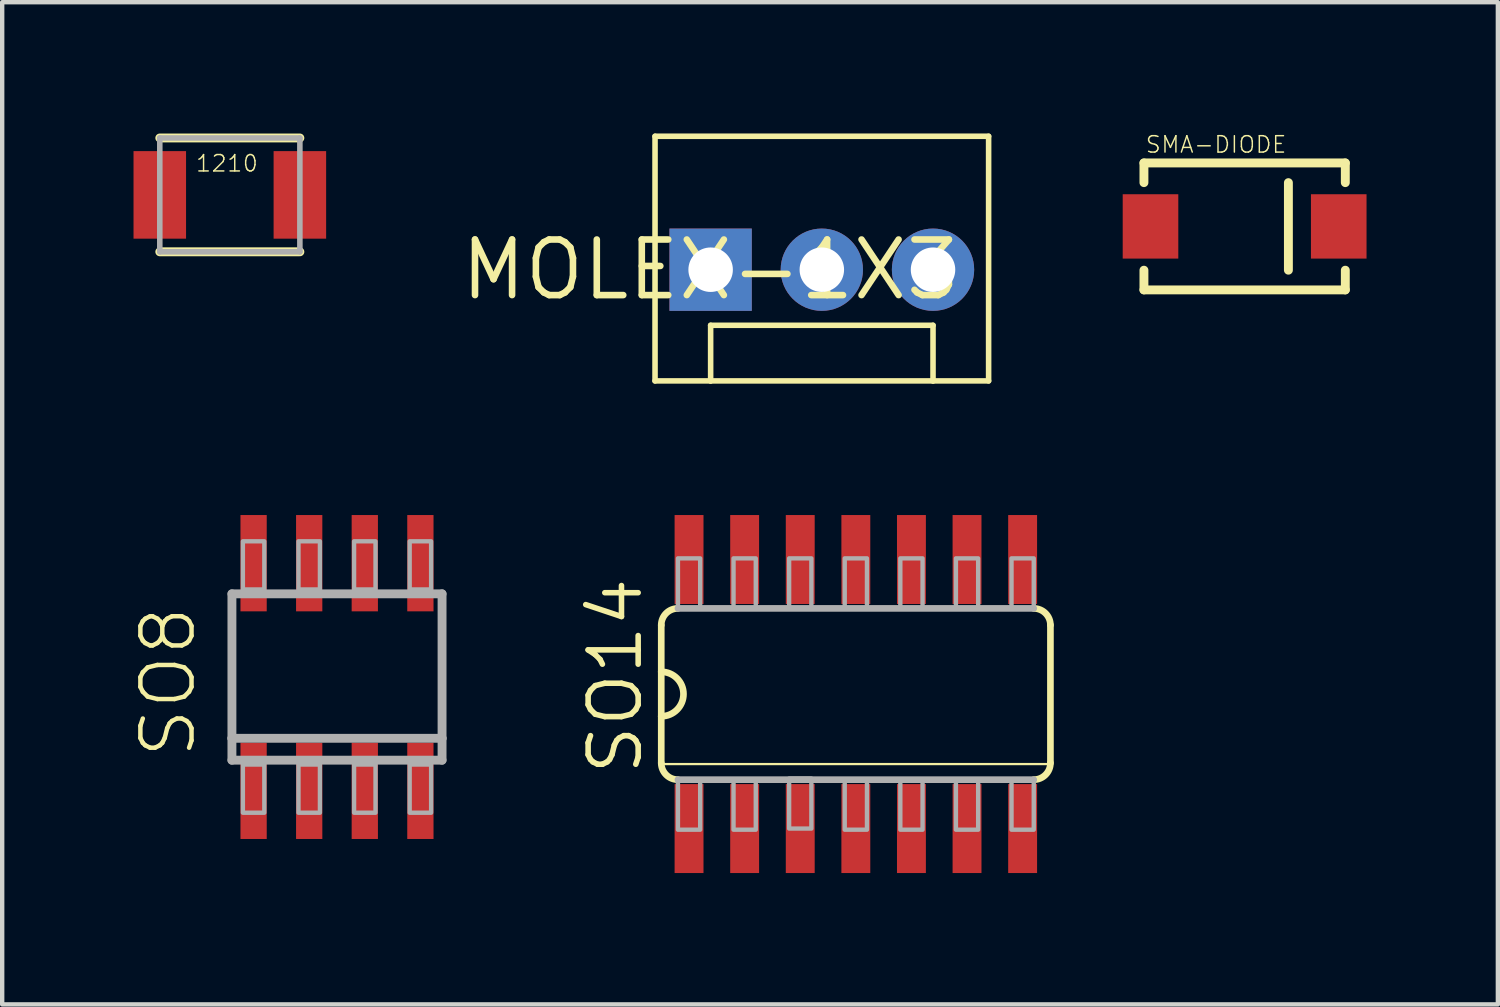
<source format=kicad_pcb>
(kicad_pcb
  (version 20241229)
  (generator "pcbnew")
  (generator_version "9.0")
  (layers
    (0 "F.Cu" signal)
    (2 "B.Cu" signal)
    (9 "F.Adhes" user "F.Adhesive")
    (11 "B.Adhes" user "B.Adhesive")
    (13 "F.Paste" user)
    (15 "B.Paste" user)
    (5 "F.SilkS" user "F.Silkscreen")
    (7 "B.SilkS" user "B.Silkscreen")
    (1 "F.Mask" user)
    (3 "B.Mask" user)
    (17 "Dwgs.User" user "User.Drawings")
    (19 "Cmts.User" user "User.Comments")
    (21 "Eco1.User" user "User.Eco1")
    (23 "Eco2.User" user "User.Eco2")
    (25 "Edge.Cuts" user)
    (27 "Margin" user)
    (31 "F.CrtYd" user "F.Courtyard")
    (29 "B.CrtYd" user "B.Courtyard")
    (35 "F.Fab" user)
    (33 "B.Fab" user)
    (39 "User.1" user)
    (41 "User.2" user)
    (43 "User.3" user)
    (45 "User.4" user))
  (footprint "SO14"
    (layer "F.Cu")
    (at 16.5 12.804)
    (property "Reference" "SO14" (at -4.826 1.905 90) (layer "F.SilkS") (effects (font (size 1.143 1.143) (thickness 0.127)) (justify left bottom)))
    (fp_line (start -4.445 -1.575) (end -4.445 -0.508) (stroke (width 0.152) (type solid)) (layer "F.SilkS"))
    (fp_line (start -4.445 -0.508) (end -4.445 0.508) (stroke (width 0.152) (type solid)) (layer "F.SilkS"))
    (fp_line (start -4.445 0.508) (end -4.445 1.575) (stroke (width 0.152) (type solid)) (layer "F.SilkS"))
    (fp_line (start -4.445 1.6) (end 4.445 1.6) (stroke (width 0.051) (type solid)) (layer "F.SilkS"))
    (fp_line (start 4.445 1.575) (end 4.445 -1.575) (stroke (width 0.152) (type solid)) (layer "F.SilkS"))
    (fp_arc (start -4.445 -1.5748) (mid -4.333408 -1.844208) (end -4.064 -1.9558) (stroke (width 0.1524) (type solid)) (layer "F.SilkS"))
    (fp_arc (start -4.445 -0.508) (mid -3.937 0) (end -4.445 0.508) (stroke (width 0.1524) (type solid)) (layer "F.SilkS"))
    (fp_arc (start -4.064 1.9558) (mid -4.333408 1.844208) (end -4.445 1.5748) (stroke (width 0.1524) (type solid)) (layer "F.SilkS"))
    (fp_arc (start 4.064 -1.9558) (mid 4.333408 -1.844208) (end 4.445 -1.5748) (stroke (width 0.1524) (type solid)) (layer "F.SilkS"))
    (fp_arc (start 4.445 1.5748) (mid 4.333408 1.844208) (end 4.064 1.9558) (stroke (width 0.1524) (type solid)) (layer "F.SilkS"))
    (fp_line (start -4.064 1.956) (end 4.064 1.956) (stroke (width 0.152) (type solid)) (layer "F.Fab"))
    (fp_line (start 4.064 -1.956) (end -4.064 -1.956) (stroke (width 0.152) (type solid)) (layer "F.Fab"))
    (fp_poly (pts (xy -4.064 -1.956) (xy -3.556 -1.956) (xy -3.556 -3.099) (xy -4.064 -3.099)) (stroke (width 0.1) (type solid)) (fill no) (layer "F.Fab"))
    (fp_poly (pts (xy -4.064 3.099) (xy -3.556 3.099) (xy -3.556 1.956) (xy -4.064 1.956)) (stroke (width 0.1) (type solid)) (fill no) (layer "F.Fab"))
    (fp_poly (pts (xy -2.794 -1.956) (xy -2.286 -1.956) (xy -2.286 -3.099) (xy -2.794 -3.099)) (stroke (width 0.1) (type solid)) (fill no) (layer "F.Fab"))
    (fp_poly (pts (xy -2.794 3.099) (xy -2.286 3.099) (xy -2.286 1.956) (xy -2.794 1.956)) (stroke (width 0.1) (type solid)) (fill no) (layer "F.Fab"))
    (fp_poly (pts (xy -1.524 -1.956) (xy -1.016 -1.956) (xy -1.016 -3.099) (xy -1.524 -3.099)) (stroke (width 0.1) (type solid)) (fill no) (layer "F.Fab"))
    (fp_poly (pts (xy -1.524 3.073) (xy -1.016 3.073) (xy -1.016 1.93) (xy -1.524 1.93)) (stroke (width 0.1) (type solid)) (fill no) (layer "F.Fab"))
    (fp_poly (pts (xy -0.254 -1.956) (xy 0.254 -1.956) (xy 0.254 -3.099) (xy -0.254 -3.099)) (stroke (width 0.1) (type solid)) (fill no) (layer "F.Fab"))
    (fp_poly (pts (xy -0.254 3.099) (xy 0.254 3.099) (xy 0.254 1.956) (xy -0.254 1.956)) (stroke (width 0.1) (type solid)) (fill no) (layer "F.Fab"))
    (fp_poly (pts (xy 1.016 -1.956) (xy 1.524 -1.956) (xy 1.524 -3.099) (xy 1.016 -3.099)) (stroke (width 0.1) (type solid)) (fill no) (layer "F.Fab"))
    (fp_poly (pts (xy 1.016 3.099) (xy 1.524 3.099) (xy 1.524 1.956) (xy 1.016 1.956)) (stroke (width 0.1) (type solid)) (fill no) (layer "F.Fab"))
    (fp_poly (pts (xy 2.286 -1.956) (xy 2.794 -1.956) (xy 2.794 -3.099) (xy 2.286 -3.099)) (stroke (width 0.1) (type solid)) (fill no) (layer "F.Fab"))
    (fp_poly (pts (xy 2.286 3.099) (xy 2.794 3.099) (xy 2.794 1.956) (xy 2.286 1.956)) (stroke (width 0.1) (type solid)) (fill no) (layer "F.Fab"))
    (fp_poly (pts (xy 3.556 -1.956) (xy 4.064 -1.956) (xy 4.064 -3.099) (xy 3.556 -3.099)) (stroke (width 0.1) (type solid)) (fill no) (layer "F.Fab"))
    (fp_poly (pts (xy 3.556 3.099) (xy 4.064 3.099) (xy 4.064 1.956) (xy 3.556 1.956)) (stroke (width 0.1) (type solid)) (fill no) (layer "F.Fab"))
    (pad "1" smd rect (at -3.81 3.073) (size 0.66 2.032) (layers "F.Cu" "F.Mask" "F.Paste"))
    (pad "2" smd rect (at -2.54 3.073) (size 0.66 2.032) (layers "F.Cu" "F.Mask" "F.Paste"))
    (pad "3" smd rect (at -1.27 3.073) (size 0.66 2.032) (layers "F.Cu" "F.Mask" "F.Paste"))
    (pad "4" smd rect (at 0 3.073) (size 0.66 2.032) (layers "F.Cu" "F.Mask" "F.Paste"))
    (pad "5" smd rect (at 1.27 3.073) (size 0.66 2.032) (layers "F.Cu" "F.Mask" "F.Paste"))
    (pad "6" smd rect (at 2.54 3.073) (size 0.66 2.032) (layers "F.Cu" "F.Mask" "F.Paste"))
    (pad "7" smd rect (at 3.81 3.073) (size 0.66 2.032) (layers "F.Cu" "F.Mask" "F.Paste"))
    (pad "8" smd rect (at 3.81 -3.073) (size 0.66 2.032) (layers "F.Cu" "F.Mask" "F.Paste"))
    (pad "9" smd rect (at 2.54 -3.073) (size 0.66 2.032) (layers "F.Cu" "F.Mask" "F.Paste"))
    (pad "10" smd rect (at 1.27 -3.073) (size 0.66 2.032) (layers "F.Cu" "F.Mask" "F.Paste"))
    (pad "11" smd rect (at 0 -3.073) (size 0.66 2.032) (layers "F.Cu" "F.Mask" "F.Paste"))
    (pad "12" smd rect (at -1.27 -3.073) (size 0.66 2.032) (layers "F.Cu" "F.Mask" "F.Paste"))
    (pad "13" smd rect (at -2.54 -3.073) (size 0.66 2.032) (layers "F.Cu" "F.Mask" "F.Paste"))
    (pad "14" smd rect (at -3.81 -3.073) (size 0.66 2.032) (layers "F.Cu" "F.Mask" "F.Paste")))
  (footprint "SO8"
    (layer "F.Cu")
    (at 4.648 12.415)
    (property "Reference" "SO8" (at -3.175 1.905 90) (layer "F.SilkS") (effects (font (size 1.168 1.168) (thickness 0.102)) (justify left bottom)))
    (fp_line (start -2.4 -1.9) (end 2.4 -1.9) (stroke (width 0.203) (type solid)) (layer "F.Fab"))
    (fp_line (start -2.4 1.4) (end -2.4 -1.9) (stroke (width 0.203) (type solid)) (layer "F.Fab"))
    (fp_line (start -2.4 1.9) (end -2.4 1.4) (stroke (width 0.203) (type solid)) (layer "F.Fab"))
    (fp_line (start 2.4 -1.9) (end 2.4 1.4) (stroke (width 0.203) (type solid)) (layer "F.Fab"))
    (fp_line (start 2.4 1.4) (end -2.4 1.4) (stroke (width 0.203) (type solid)) (layer "F.Fab"))
    (fp_line (start 2.4 1.4) (end 2.4 1.9) (stroke (width 0.203) (type solid)) (layer "F.Fab"))
    (fp_line (start 2.4 1.9) (end -2.4 1.9) (stroke (width 0.203) (type solid)) (layer "F.Fab"))
    (fp_poly (pts (xy -2.15 -2) (xy -1.66 -2) (xy -1.66 -3.1) (xy -2.15 -3.1)) (stroke (width 0.1) (type solid)) (fill no) (layer "F.Fab"))
    (fp_poly (pts (xy -2.15 3.1) (xy -1.66 3.1) (xy -1.66 2) (xy -2.15 2)) (stroke (width 0.1) (type solid)) (fill no) (layer "F.Fab"))
    (fp_poly (pts (xy -0.88 -2) (xy -0.39 -2) (xy -0.39 -3.1) (xy -0.88 -3.1)) (stroke (width 0.1) (type solid)) (fill no) (layer "F.Fab"))
    (fp_poly (pts (xy -0.88 3.1) (xy -0.39 3.1) (xy -0.39 2) (xy -0.88 2)) (stroke (width 0.1) (type solid)) (fill no) (layer "F.Fab"))
    (fp_poly (pts (xy 0.39 -2) (xy 0.88 -2) (xy 0.88 -3.1) (xy 0.39 -3.1)) (stroke (width 0.1) (type solid)) (fill no) (layer "F.Fab"))
    (fp_poly (pts (xy 0.39 3.1) (xy 0.88 3.1) (xy 0.88 2) (xy 0.39 2)) (stroke (width 0.1) (type solid)) (fill no) (layer "F.Fab"))
    (fp_poly (pts (xy 1.66 -2) (xy 2.15 -2) (xy 2.15 -3.1) (xy 1.66 -3.1)) (stroke (width 0.1) (type solid)) (fill no) (layer "F.Fab"))
    (fp_poly (pts (xy 1.66 3.1) (xy 2.15 3.1) (xy 2.15 2) (xy 1.66 2)) (stroke (width 0.1) (type solid)) (fill no) (layer "F.Fab"))
    (pad "1" smd rect (at -1.905 2.6) (size 0.6 2.2) (layers "F.Cu" "F.Mask" "F.Paste"))
    (pad "2" smd rect (at -0.635 2.6) (size 0.6 2.2) (layers "F.Cu" "F.Mask" "F.Paste"))
    (pad "3" smd rect (at 0.635 2.6) (size 0.6 2.2) (layers "F.Cu" "F.Mask" "F.Paste"))
    (pad "4" smd rect (at 1.905 2.6) (size 0.6 2.2) (layers "F.Cu" "F.Mask" "F.Paste"))
    (pad "5" smd rect (at 1.905 -2.6) (size 0.6 2.2) (layers "F.Cu" "F.Mask" "F.Paste"))
    (pad "6" smd rect (at 0.635 -2.6) (size 0.6 2.2) (layers "F.Cu" "F.Mask" "F.Paste"))
    (pad "7" smd rect (at -0.635 -2.6) (size 0.6 2.2) (layers "F.Cu" "F.Mask" "F.Paste"))
    (pad "8" smd rect (at -1.905 -2.6) (size 0.6 2.2) (layers "F.Cu" "F.Mask" "F.Paste")))
  (footprint "SMA-DIODE"
    (layer "F.Cu")
    (at 25.381 2.122)
    (property "Reference" "SMA-DIODE" (at -2.286 -1.651 0) (layer "F.SilkS") (effects (font (size 0.374 0.374) (thickness 0.033)) (justify left bottom)))
    (fp_line (start -2.3 -1.45) (end 2.3 -1.45) (stroke (width 0.203) (type solid)) (layer "F.SilkS"))
    (fp_line (start -2.3 -1) (end -2.3 -1.45) (stroke (width 0.203) (type solid)) (layer "F.SilkS"))
    (fp_line (start -2.3 1.45) (end -2.3 1) (stroke (width 0.203) (type solid)) (layer "F.SilkS"))
    (fp_line (start 1 -1) (end 1 1) (stroke (width 0.203) (type solid)) (layer "F.SilkS"))
    (fp_line (start 2.3 -1.45) (end 2.3 -1) (stroke (width 0.203) (type solid)) (layer "F.SilkS"))
    (fp_line (start 2.3 1) (end 2.3 1.45) (stroke (width 0.203) (type solid)) (layer "F.SilkS"))
    (fp_line (start 2.3 1.45) (end -2.3 1.45) (stroke (width 0.203) (type solid)) (layer "F.SilkS"))
    (pad "A" smd rect (at -2.15 0 180) (size 1.27 1.47) (layers "F.Cu" "F.Mask" "F.Paste"))
    (pad "C" smd rect (at 2.15 0) (size 1.27 1.47) (layers "F.Cu" "F.Mask" "F.Paste")))
  (footprint "MOLEX-1X3"
    (layer "F.Cu")
    (at 13.183 3.111)
    (property "Reference" "MOLEX-1X3" (at 0 0 0) (layer "F.SilkS") (effects (font (size 1.27 1.27) (thickness 0.15))))
    (fp_line (start -1.27 -3.048) (end -1.27 2.54) (stroke (width 0.127) (type solid)) (layer "F.SilkS"))
    (fp_line (start 0 1.27) (end 5.08 1.27) (stroke (width 0.127) (type solid)) (layer "F.SilkS"))
    (fp_line (start 0 2.54) (end -1.27 2.54) (stroke (width 0.127) (type solid)) (layer "F.SilkS"))
    (fp_line (start 0 2.54) (end 0 1.27) (stroke (width 0.127) (type solid)) (layer "F.SilkS"))
    (fp_line (start 5.08 1.27) (end 5.08 2.54) (stroke (width 0.127) (type solid)) (layer "F.SilkS"))
    (fp_line (start 5.08 2.54) (end 0 2.54) (stroke (width 0.127) (type solid)) (layer "F.SilkS"))
    (fp_line (start 6.35 -3.048) (end -1.27 -3.048) (stroke (width 0.127) (type solid)) (layer "F.SilkS"))
    (fp_line (start 6.35 -3.048) (end 6.35 2.54) (stroke (width 0.127) (type solid)) (layer "F.SilkS"))
    (fp_line (start 6.35 2.54) (end 5.08 2.54) (stroke (width 0.127) (type solid)) (layer "F.SilkS"))
    (pad "1" thru_hole rect (at 0 0) (size 1.88 1.88) (drill 1.016) (layers "*.Cu" "*.Mask"))
    (pad "2" thru_hole circle (at 2.54 0) (size 1.88 1.88) (drill 1.016) (layers "*.Cu" "*.Mask"))
    (pad "3" thru_hole circle (at 5.08 0) (size 1.88 1.88) (drill 1.016) (layers "*.Cu" "*.Mask")))
  (footprint "1210"
    (layer "F.Cu")
    (at 2.2 1.402)
    (property "Reference" "1210" (at -0.8 -0.5 0) (layer "F.SilkS") (effects (font (size 0.374 0.374) (thickness 0.033)) (justify left bottom)))
    (fp_line (start -1.6 -1.3) (end 1.6 -1.3) (stroke (width 0.203) (type solid)) (layer "F.SilkS"))
    (fp_line (start -1.6 1.3) (end 1.6 1.3) (stroke (width 0.203) (type solid)) (layer "F.SilkS"))
    (fp_line (start -1.6 -1.3) (end 1.6 -1.3) (stroke (width 0.127) (type solid)) (layer "F.Fab"))
    (fp_line (start -1.6 1.3) (end -1.6 -1.3) (stroke (width 0.127) (type solid)) (layer "F.Fab"))
    (fp_line (start 1.6 -1.3) (end 1.6 1.3) (stroke (width 0.127) (type solid)) (layer "F.Fab"))
    (fp_line (start 1.6 1.3) (end -1.6 1.3) (stroke (width 0.127) (type solid)) (layer "F.Fab"))
    (pad "1" smd rect (at -1.6 0) (size 1.2 2) (layers "F.Cu" "F.Mask" "F.Paste"))
    (pad "2" smd rect (at 1.6 0) (size 1.2 2) (layers "F.Cu" "F.Mask" "F.Paste")))
  (gr_rect
    (start -3 -3)
    (end 31.166 19.894)
    (stroke (width 0.1) (type default))
    (fill no)
    (layer "Edge.Cuts")))
</source>
